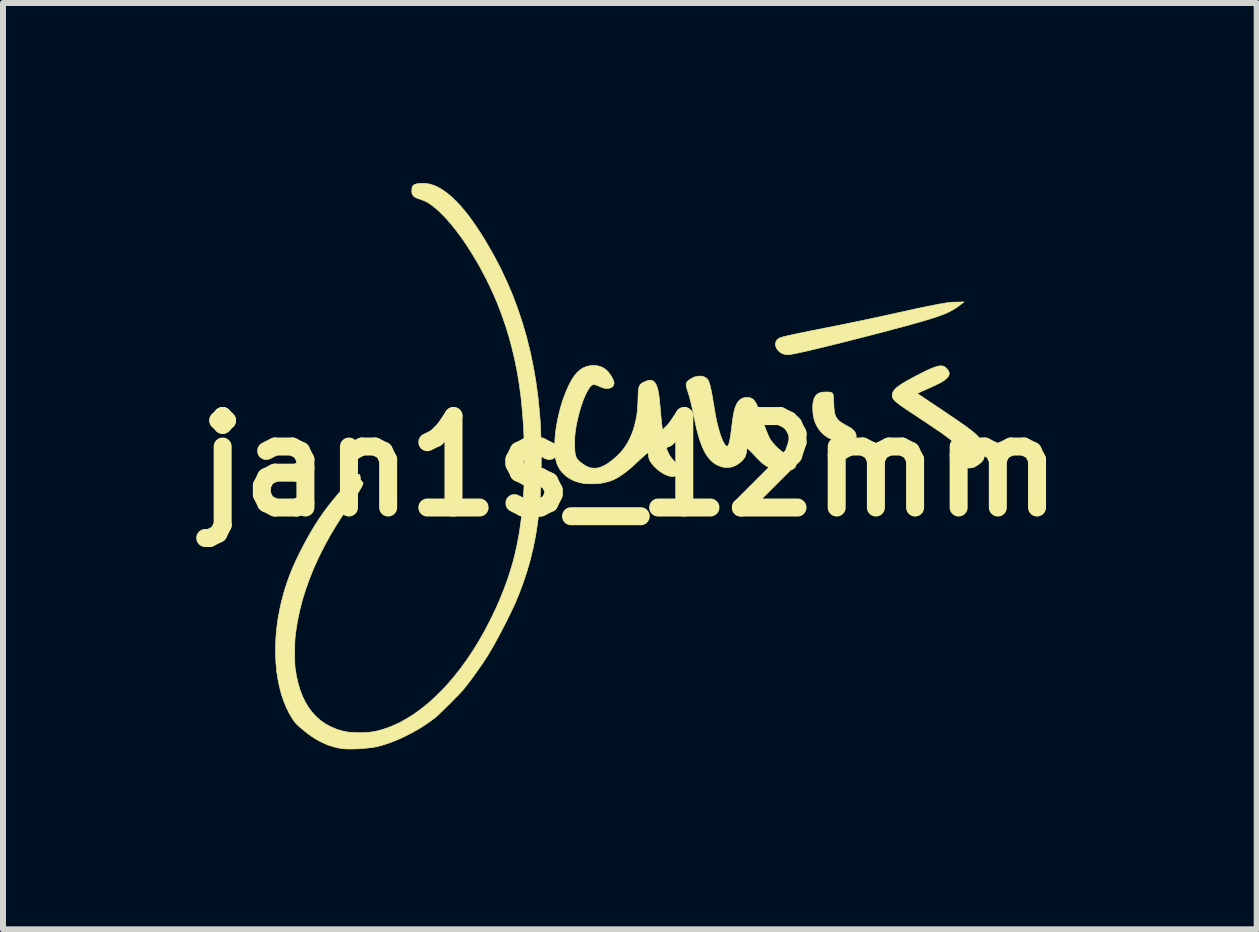
<source format=kicad_pcb>
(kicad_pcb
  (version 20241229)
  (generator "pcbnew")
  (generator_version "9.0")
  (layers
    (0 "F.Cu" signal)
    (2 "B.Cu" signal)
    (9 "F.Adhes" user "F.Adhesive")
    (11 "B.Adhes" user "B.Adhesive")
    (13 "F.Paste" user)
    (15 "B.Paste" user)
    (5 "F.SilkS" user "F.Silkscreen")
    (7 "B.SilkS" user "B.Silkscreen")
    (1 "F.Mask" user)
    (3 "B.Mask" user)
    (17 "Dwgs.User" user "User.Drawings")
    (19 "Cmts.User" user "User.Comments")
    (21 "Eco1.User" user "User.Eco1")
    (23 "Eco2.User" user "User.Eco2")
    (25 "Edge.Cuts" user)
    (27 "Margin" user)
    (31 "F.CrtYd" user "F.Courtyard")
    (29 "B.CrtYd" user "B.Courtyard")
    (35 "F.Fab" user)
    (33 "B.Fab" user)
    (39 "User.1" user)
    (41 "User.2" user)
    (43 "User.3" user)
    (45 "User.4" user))
  (footprint "jan1s_12mm"
    (layer "F.Cu")
    (at 7.446 4.718)
    (property "Reference" "jan1s_12mm" (at 0 0 0) (layer "F.SilkS") (effects (font (size 1.524 1.524) (thickness 0.3))))
    (attr through_hole)
    (fp_poly (pts (xy 3.307 -1.235) (xy 3.333 -1.234) (xy 3.352 -1.23) (xy 3.367 -1.224) (xy 3.378 -1.212) (xy 3.386 -1.196) (xy 3.391 -1.173) (xy 3.394 -1.142) (xy 3.396 -1.103) (xy 3.398 -1.06) (xy 3.4 -1.006) (xy 3.403 -0.961) (xy 3.407 -0.924) (xy 3.412 -0.893) (xy 3.418 -0.866) (xy 3.426 -0.843) (xy 3.435 -0.822) (xy 3.455 -0.789) (xy 3.484 -0.757) (xy 3.523 -0.727) (xy 3.572 -0.697) (xy 3.588 -0.688) (xy 3.628 -0.667) (xy 3.66 -0.648) (xy 3.685 -0.633) (xy 3.705 -0.618) (xy 3.722 -0.604) (xy 3.736 -0.589) (xy 3.758 -0.558) (xy 3.77 -0.526) (xy 3.772 -0.494) (xy 3.771 -0.492) (xy 3.765 -0.468) (xy 3.752 -0.449) (xy 3.731 -0.435) (xy 3.702 -0.425) (xy 3.672 -0.419) (xy 3.649 -0.416) (xy 3.621 -0.413) (xy 3.59 -0.411) (xy 3.56 -0.41) (xy 3.534 -0.41) (xy 3.513 -0.41) (xy 3.508 -0.411) (xy 3.436 -0.423) (xy 3.37 -0.443) (xy 3.31 -0.47) (xy 3.255 -0.506) (xy 3.204 -0.551) (xy 3.19 -0.565) (xy 3.147 -0.618) (xy 3.112 -0.676) (xy 3.083 -0.74) (xy 3.066 -0.798) (xy 3.058 -0.835) (xy 3.053 -0.878) (xy 3.049 -0.925) (xy 3.048 -0.973) (xy 3.049 -1.018) (xy 3.053 -1.058) (xy 3.056 -1.075) (xy 3.068 -1.12) (xy 3.086 -1.157) (xy 3.107 -1.186) (xy 3.122 -1.199) (xy 3.144 -1.213) (xy 3.167 -1.223) (xy 3.192 -1.23) (xy 3.223 -1.234) (xy 3.261 -1.236) (xy 3.276 -1.236) (xy 3.307 -1.235)) (stroke (width 0.01) (type solid)) (fill yes) (layer "F.SilkS"))
    (fp_poly (pts (xy 5.517 -2.696) (xy 5.479 -2.668) (xy 5.442 -2.642) (xy 5.406 -2.618) (xy 5.367 -2.596) (xy 5.327 -2.574) (xy 5.284 -2.554) (xy 5.237 -2.534) (xy 5.185 -2.514) (xy 5.127 -2.493) (xy 5.062 -2.472) (xy 4.99 -2.449) (xy 4.91 -2.425) (xy 4.823 -2.4) (xy 4.751 -2.379) (xy 4.672 -2.357) (xy 4.586 -2.333) (xy 4.494 -2.309) (xy 4.397 -2.283) (xy 4.296 -2.256) (xy 4.192 -2.228) (xy 4.085 -2.201) (xy 3.977 -2.173) (xy 3.868 -2.145) (xy 3.758 -2.117) (xy 3.65 -2.089) (xy 3.542 -2.062) (xy 3.438 -2.036) (xy 3.336 -2.011) (xy 3.239 -1.987) (xy 3.146 -1.965) (xy 3.059 -1.944) (xy 2.979 -1.925) (xy 2.905 -1.908) (xy 2.84 -1.894) (xy 2.784 -1.882) (xy 2.756 -1.876) (xy 2.704 -1.866) (xy 2.661 -1.86) (xy 2.626 -1.858) (xy 2.596 -1.859) (xy 2.572 -1.864) (xy 2.569 -1.865) (xy 2.525 -1.884) (xy 2.488 -1.91) (xy 2.458 -1.942) (xy 2.437 -1.981) (xy 2.431 -2) (xy 2.426 -2.034) (xy 2.431 -2.066) (xy 2.445 -2.095) (xy 2.468 -2.119) (xy 2.498 -2.137) (xy 2.512 -2.143) (xy 2.534 -2.149) (xy 2.563 -2.157) (xy 2.6 -2.166) (xy 2.644 -2.176) (xy 2.697 -2.188) (xy 2.759 -2.201) (xy 2.829 -2.216) (xy 2.909 -2.232) (xy 2.998 -2.251) (xy 3.097 -2.27) (xy 3.205 -2.292) (xy 3.283 -2.307) (xy 3.582 -2.367) (xy 3.88 -2.429) (xy 4.182 -2.493) (xy 4.49 -2.561) (xy 4.551 -2.574) (xy 4.685 -2.604) (xy 4.809 -2.631) (xy 4.924 -2.655) (xy 5.03 -2.676) (xy 5.125 -2.695) (xy 5.211 -2.71) (xy 5.223 -2.712) (xy 5.264 -2.719) (xy 5.297 -2.724) (xy 5.326 -2.728) (xy 5.355 -2.731) (xy 5.385 -2.733) (xy 5.421 -2.734) (xy 5.453 -2.734) (xy 5.569 -2.737) (xy 5.517 -2.696)) (stroke (width 0.01) (type solid)) (fill yes) (layer "F.SilkS"))
    (fp_poly (pts (xy 5.214 -1.669) (xy 5.224 -1.666) (xy 5.247 -1.655) (xy 5.269 -1.637) (xy 5.29 -1.615) (xy 5.308 -1.59) (xy 5.319 -1.566) (xy 5.323 -1.544) (xy 5.318 -1.517) (xy 5.303 -1.489) (xy 5.278 -1.461) (xy 5.244 -1.433) (xy 5.231 -1.423) (xy 5.203 -1.406) (xy 5.167 -1.386) (xy 5.123 -1.364) (xy 5.071 -1.339) (xy 5.01 -1.311) (xy 4.939 -1.279) (xy 4.923 -1.272) (xy 4.881 -1.254) (xy 4.849 -1.239) (xy 4.824 -1.228) (xy 4.808 -1.219) (xy 4.798 -1.213) (xy 4.795 -1.21) (xy 4.796 -1.209) (xy 4.801 -1.205) (xy 4.815 -1.195) (xy 4.835 -1.181) (xy 4.863 -1.163) (xy 4.896 -1.14) (xy 4.935 -1.114) (xy 4.978 -1.085) (xy 5.025 -1.054) (xy 5.075 -1.02) (xy 5.117 -0.992) (xy 5.203 -0.935) (xy 5.28 -0.883) (xy 5.349 -0.836) (xy 5.412 -0.794) (xy 5.467 -0.756) (xy 5.516 -0.722) (xy 5.56 -0.691) (xy 5.598 -0.664) (xy 5.632 -0.639) (xy 5.662 -0.617) (xy 5.688 -0.597) (xy 5.711 -0.578) (xy 5.732 -0.561) (xy 5.751 -0.545) (xy 5.768 -0.529) (xy 5.782 -0.516) (xy 5.817 -0.478) (xy 5.844 -0.442) (xy 5.865 -0.404) (xy 5.88 -0.361) (xy 5.892 -0.312) (xy 5.892 -0.312) (xy 5.897 -0.279) (xy 5.901 -0.244) (xy 5.904 -0.21) (xy 5.904 -0.178) (xy 5.904 -0.152) (xy 5.901 -0.134) (xy 5.889 -0.106) (xy 5.87 -0.078) (xy 5.841 -0.051) (xy 5.823 -0.037) (xy 5.788 -0.012) (xy 5.757 0.007) (xy 5.729 0.02) (xy 5.702 0.027) (xy 5.675 0.03) (xy 5.67 0.031) (xy 5.647 0.031) (xy 5.627 0.029) (xy 5.607 0.024) (xy 5.582 0.016) (xy 5.58 0.016) (xy 5.531 -0.003) (xy 5.491 -0.021) (xy 5.461 -0.038) (xy 5.442 -0.055) (xy 5.432 -0.071) (xy 5.432 -0.083) (xy 5.439 -0.1) (xy 5.452 -0.118) (xy 5.473 -0.137) (xy 5.494 -0.154) (xy 5.519 -0.174) (xy 5.536 -0.19) (xy 5.546 -0.203) (xy 5.55 -0.216) (xy 5.551 -0.223) (xy 5.547 -0.238) (xy 5.535 -0.258) (xy 5.516 -0.283) (xy 5.49 -0.311) (xy 5.46 -0.342) (xy 5.424 -0.375) (xy 5.385 -0.408) (xy 5.376 -0.415) (xy 5.353 -0.434) (xy 5.329 -0.453) (xy 5.305 -0.472) (xy 5.279 -0.491) (xy 5.252 -0.511) (xy 5.223 -0.532) (xy 5.191 -0.555) (xy 5.155 -0.58) (xy 5.115 -0.607) (xy 5.07 -0.638) (xy 5.021 -0.671) (xy 4.965 -0.709) (xy 4.903 -0.75) (xy 4.834 -0.796) (xy 4.757 -0.847) (xy 4.672 -0.903) (xy 4.667 -0.906) (xy 4.606 -0.947) (xy 4.554 -0.983) (xy 4.509 -1.014) (xy 4.473 -1.042) (xy 4.442 -1.066) (xy 4.419 -1.087) (xy 4.401 -1.106) (xy 4.388 -1.123) (xy 4.379 -1.139) (xy 4.378 -1.141) (xy 4.372 -1.17) (xy 4.375 -1.201) (xy 4.384 -1.233) (xy 4.397 -1.256) (xy 4.413 -1.276) (xy 4.434 -1.298) (xy 4.461 -1.321) (xy 4.495 -1.345) (xy 4.535 -1.372) (xy 4.582 -1.401) (xy 4.638 -1.433) (xy 4.701 -1.468) (xy 4.774 -1.506) (xy 4.845 -1.542) (xy 4.911 -1.576) (xy 4.969 -1.604) (xy 5.02 -1.626) (xy 5.065 -1.644) (xy 5.103 -1.657) (xy 5.136 -1.666) (xy 5.165 -1.671) (xy 5.191 -1.671) (xy 5.214 -1.669)) (stroke (width 0.01) (type solid)) (fill yes) (layer "F.SilkS"))
    (fp_poly (pts (xy 1.198 -1.499) (xy 1.236 -1.489) (xy 1.269 -1.471) (xy 1.294 -1.449) (xy 1.303 -1.436) (xy 1.312 -1.419) (xy 1.32 -1.398) (xy 1.329 -1.372) (xy 1.338 -1.34) (xy 1.347 -1.301) (xy 1.357 -1.254) (xy 1.368 -1.2) (xy 1.379 -1.137) (xy 1.391 -1.065) (xy 1.4 -1.012) (xy 1.407 -0.967) (xy 1.415 -0.922) (xy 1.422 -0.879) (xy 1.429 -0.841) (xy 1.435 -0.808) (xy 1.44 -0.783) (xy 1.442 -0.774) (xy 1.46 -0.696) (xy 1.479 -0.623) (xy 1.499 -0.555) (xy 1.52 -0.494) (xy 1.54 -0.441) (xy 1.559 -0.402) (xy 1.575 -0.373) (xy 1.588 -0.353) (xy 1.601 -0.34) (xy 1.613 -0.334) (xy 1.627 -0.333) (xy 1.628 -0.333) (xy 1.636 -0.339) (xy 1.644 -0.355) (xy 1.652 -0.381) (xy 1.661 -0.416) (xy 1.67 -0.46) (xy 1.679 -0.512) (xy 1.687 -0.573) (xy 1.696 -0.641) (xy 1.701 -0.685) (xy 1.711 -0.763) (xy 1.721 -0.831) (xy 1.732 -0.89) (xy 1.744 -0.941) (xy 1.758 -0.985) (xy 1.773 -1.022) (xy 1.79 -1.053) (xy 1.809 -1.08) (xy 1.829 -1.1) (xy 1.857 -1.122) (xy 1.887 -1.136) (xy 1.921 -1.143) (xy 1.955 -1.145) (xy 1.984 -1.143) (xy 2.009 -1.138) (xy 2.032 -1.128) (xy 2.053 -1.114) (xy 2.073 -1.094) (xy 2.092 -1.067) (xy 2.11 -1.034) (xy 2.129 -0.993) (xy 2.149 -0.943) (xy 2.17 -0.885) (xy 2.188 -0.831) (xy 2.204 -0.782) (xy 2.222 -0.732) (xy 2.24 -0.681) (xy 2.259 -0.632) (xy 2.276 -0.586) (xy 2.293 -0.545) (xy 2.308 -0.51) (xy 2.32 -0.483) (xy 2.323 -0.477) (xy 2.346 -0.437) (xy 2.378 -0.395) (xy 2.415 -0.351) (xy 2.457 -0.308) (xy 2.502 -0.268) (xy 2.521 -0.253) (xy 2.566 -0.221) (xy 2.609 -0.194) (xy 2.653 -0.172) (xy 2.681 -0.161) (xy 2.711 -0.148) (xy 2.733 -0.137) (xy 2.749 -0.125) (xy 2.759 -0.113) (xy 2.764 -0.104) (xy 2.77 -0.083) (xy 2.773 -0.057) (xy 2.771 -0.029) (xy 2.767 -0.009) (xy 2.755 0.017) (xy 2.734 0.039) (xy 2.708 0.054) (xy 2.705 0.055) (xy 2.672 0.063) (xy 2.632 0.069) (xy 2.587 0.072) (xy 2.539 0.073) (xy 2.492 0.071) (xy 2.469 0.068) (xy 2.427 0.061) (xy 2.382 0.048) (xy 2.338 0.031) (xy 2.297 0.012) (xy 2.285 0.005) (xy 2.239 -0.025) (xy 2.195 -0.06) (xy 2.151 -0.102) (xy 2.117 -0.137) (xy 2.08 -0.178) (xy 2.049 -0.211) (xy 2.023 -0.238) (xy 2.003 -0.258) (xy 1.987 -0.273) (xy 1.974 -0.283) (xy 1.965 -0.289) (xy 1.959 -0.29) (xy 1.954 -0.289) (xy 1.952 -0.287) (xy 1.949 -0.28) (xy 1.947 -0.265) (xy 1.944 -0.245) (xy 1.943 -0.237) (xy 1.937 -0.202) (xy 1.928 -0.171) (xy 1.914 -0.144) (xy 1.893 -0.116) (xy 1.866 -0.087) (xy 1.826 -0.051) (xy 1.784 -0.023) (xy 1.737 -0.000223) (xy 1.714 0.009) (xy 1.669 0.02) (xy 1.619 0.024) (xy 1.57 0.02) (xy 1.529 0.011) (xy 1.476 -0.009) (xy 1.427 -0.034) (xy 1.382 -0.066) (xy 1.34 -0.104) (xy 1.302 -0.15) (xy 1.266 -0.203) (xy 1.233 -0.264) (xy 1.202 -0.334) (xy 1.172 -0.413) (xy 1.144 -0.502) (xy 1.122 -0.583) (xy 1.116 -0.609) (xy 1.108 -0.643) (xy 1.099 -0.684) (xy 1.089 -0.728) (xy 1.079 -0.775) (xy 1.069 -0.821) (xy 1.066 -0.836) (xy 1.05 -0.913) (xy 1.036 -0.981) (xy 1.022 -1.041) (xy 1.009 -1.095) (xy 0.996 -1.144) (xy 0.983 -1.189) (xy 0.969 -1.233) (xy 0.963 -1.252) (xy 0.95 -1.293) (xy 0.941 -1.326) (xy 0.938 -1.352) (xy 0.939 -1.373) (xy 0.945 -1.392) (xy 0.956 -1.408) (xy 0.973 -1.425) (xy 0.985 -1.434) (xy 1.027 -1.462) (xy 1.07 -1.483) (xy 1.114 -1.496) (xy 1.157 -1.501) (xy 1.198 -1.499)) (stroke (width 0.01) (type solid)) (fill yes) (layer "F.SilkS"))
    (fp_poly (pts (xy -0.56 -1.676) (xy -0.507 -1.665) (xy -0.457 -1.646) (xy -0.411 -1.618) (xy -0.383 -1.594) (xy -0.355 -1.564) (xy -0.329 -1.529) (xy -0.304 -1.491) (xy -0.284 -1.452) (xy -0.269 -1.417) (xy -0.265 -1.405) (xy -0.263 -1.377) (xy -0.27 -1.35) (xy -0.285 -1.327) (xy -0.307 -1.31) (xy -0.316 -1.306) (xy -0.35 -1.296) (xy -0.386 -1.294) (xy -0.425 -1.299) (xy -0.468 -1.312) (xy -0.517 -1.333) (xy -0.518 -1.333) (xy -0.553 -1.349) (xy -0.581 -1.357) (xy -0.604 -1.36) (xy -0.623 -1.355) (xy -0.641 -1.343) (xy -0.659 -1.324) (xy -0.665 -1.317) (xy -0.694 -1.274) (xy -0.723 -1.221) (xy -0.752 -1.16) (xy -0.78 -1.091) (xy -0.806 -1.015) (xy -0.832 -0.933) (xy -0.855 -0.845) (xy -0.875 -0.762) (xy -0.891 -0.686) (xy -0.903 -0.617) (xy -0.912 -0.552) (xy -0.917 -0.489) (xy -0.92 -0.424) (xy -0.92 -0.355) (xy -0.919 -0.337) (xy -0.918 -0.286) (xy -0.915 -0.244) (xy -0.911 -0.209) (xy -0.905 -0.18) (xy -0.897 -0.156) (xy -0.886 -0.134) (xy -0.872 -0.114) (xy -0.853 -0.094) (xy -0.836 -0.077) (xy -0.79 -0.04) (xy -0.742 -0.009) (xy -0.694 0.015) (xy -0.681 0.02) (xy -0.66 0.027) (xy -0.639 0.031) (xy -0.617 0.033) (xy -0.59 0.034) (xy -0.562 0.033) (xy -0.541 0.031) (xy -0.521 0.027) (xy -0.498 0.02) (xy -0.492 0.018) (xy -0.449 0.000434) (xy -0.405 -0.022) (xy -0.36 -0.05) (xy -0.312 -0.085) (xy -0.26 -0.128) (xy -0.216 -0.166) (xy -0.151 -0.231) (xy -0.092 -0.305) (xy -0.039 -0.386) (xy 0.006 -0.475) (xy 0.046 -0.572) (xy 0.079 -0.678) (xy 0.102 -0.776) (xy 0.112 -0.827) (xy 0.12 -0.879) (xy 0.126 -0.935) (xy 0.13 -0.997) (xy 0.134 -1.065) (xy 0.135 -1.109) (xy 0.137 -1.166) (xy 0.139 -1.214) (xy 0.142 -1.253) (xy 0.146 -1.285) (xy 0.151 -1.311) (xy 0.158 -1.332) (xy 0.166 -1.349) (xy 0.176 -1.362) (xy 0.189 -1.374) (xy 0.195 -1.379) (xy 0.217 -1.392) (xy 0.245 -1.406) (xy 0.276 -1.418) (xy 0.304 -1.428) (xy 0.321 -1.431) (xy 0.353 -1.432) (xy 0.382 -1.422) (xy 0.408 -1.403) (xy 0.43 -1.374) (xy 0.439 -1.357) (xy 0.449 -1.334) (xy 0.458 -1.307) (xy 0.467 -1.275) (xy 0.474 -1.237) (xy 0.482 -1.194) (xy 0.489 -1.143) (xy 0.495 -1.084) (xy 0.502 -1.017) (xy 0.509 -0.94) (xy 0.511 -0.921) (xy 0.52 -0.813) (xy 0.53 -0.716) (xy 0.541 -0.627) (xy 0.552 -0.548) (xy 0.565 -0.476) (xy 0.578 -0.411) (xy 0.593 -0.353) (xy 0.609 -0.302) (xy 0.626 -0.255) (xy 0.645 -0.213) (xy 0.666 -0.175) (xy 0.673 -0.163) (xy 0.684 -0.149) (xy 0.7 -0.129) (xy 0.719 -0.106) (xy 0.74 -0.083) (xy 0.745 -0.077) (xy 0.779 -0.039) (xy 0.805 -0.006) (xy 0.823 0.024) (xy 0.834 0.051) (xy 0.839 0.077) (xy 0.84 0.078) (xy 0.838 0.107) (xy 0.829 0.129) (xy 0.811 0.146) (xy 0.8 0.153) (xy 0.776 0.162) (xy 0.747 0.168) (xy 0.716 0.172) (xy 0.689 0.172) (xy 0.683 0.171) (xy 0.639 0.161) (xy 0.591 0.141) (xy 0.542 0.115) (xy 0.493 0.082) (xy 0.446 0.044) (xy 0.403 0.002) (xy 0.375 -0.031) (xy 0.351 -0.062) (xy 0.335 -0.089) (xy 0.323 -0.114) (xy 0.316 -0.141) (xy 0.312 -0.168) (xy 0.309 -0.19) (xy 0.306 -0.207) (xy 0.303 -0.217) (xy 0.302 -0.219) (xy 0.299 -0.22) (xy 0.296 -0.22) (xy 0.29 -0.217) (xy 0.282 -0.212) (xy 0.271 -0.203) (xy 0.256 -0.19) (xy 0.237 -0.173) (xy 0.213 -0.151) (xy 0.183 -0.124) (xy 0.148 -0.091) (xy 0.105 -0.051) (xy 0.074 -0.022) (xy 0.004 0.04) (xy -0.065 0.096) (xy -0.132 0.145) (xy -0.191 0.184) (xy -0.236 0.208) (xy -0.278 0.229) (xy -0.322 0.246) (xy -0.369 0.26) (xy -0.422 0.273) (xy -0.474 0.284) (xy -0.504 0.288) (xy -0.541 0.291) (xy -0.584 0.293) (xy -0.628 0.294) (xy -0.673 0.294) (xy -0.713 0.293) (xy -0.749 0.291) (xy -0.769 0.288) (xy -0.852 0.271) (xy -0.927 0.245) (xy -0.995 0.212) (xy -1.057 0.171) (xy -1.106 0.127) (xy -1.144 0.086) (xy -1.175 0.042) (xy -1.201 -0.006) (xy -1.221 -0.059) (xy -1.236 -0.117) (xy -1.246 -0.181) (xy -1.252 -0.253) (xy -1.253 -0.334) (xy -1.252 -0.376) (xy -1.247 -0.47) (xy -1.238 -0.566) (xy -1.224 -0.664) (xy -1.206 -0.762) (xy -1.185 -0.859) (xy -1.161 -0.955) (xy -1.134 -1.049) (xy -1.104 -1.139) (xy -1.071 -1.224) (xy -1.037 -1.305) (xy -1.001 -1.379) (xy -0.964 -1.445) (xy -0.925 -1.504) (xy -0.886 -1.553) (xy -0.868 -1.572) (xy -0.824 -1.609) (xy -0.775 -1.639) (xy -0.723 -1.66) (xy -0.669 -1.674) (xy -0.614 -1.679) (xy -0.56 -1.676)) (stroke (width 0.01) (type solid)) (fill yes) (layer "F.SilkS"))
    (fp_poly (pts (xy -3.393 -4.71) (xy -3.349 -4.703) (xy -3.328 -4.699) (xy -3.258 -4.676) (xy -3.187 -4.643) (xy -3.114 -4.599) (xy -3.04 -4.546) (xy -2.965 -4.483) (xy -2.889 -4.409) (xy -2.811 -4.325) (xy -2.733 -4.231) (xy -2.652 -4.126) (xy -2.571 -4.011) (xy -2.488 -3.886) (xy -2.403 -3.75) (xy -2.4 -3.744) (xy -2.275 -3.528) (xy -2.16 -3.309) (xy -2.054 -3.086) (xy -1.957 -2.859) (xy -1.87 -2.628) (xy -1.791 -2.393) (xy -1.721 -2.152) (xy -1.66 -1.907) (xy -1.608 -1.656) (xy -1.564 -1.4) (xy -1.529 -1.138) (xy -1.503 -0.87) (xy -1.495 -0.767) (xy -1.488 -0.649) (xy -1.483 -0.522) (xy -1.479 -0.389) (xy -1.476 -0.251) (xy -1.476 -0.111) (xy -1.477 0.03) (xy -1.479 0.169) (xy -1.484 0.305) (xy -1.49 0.435) (xy -1.492 0.487) (xy -1.51 0.713) (xy -1.535 0.933) (xy -1.568 1.147) (xy -1.609 1.355) (xy -1.658 1.559) (xy -1.716 1.76) (xy -1.782 1.957) (xy -1.856 2.153) (xy -1.913 2.287) (xy -1.943 2.353) (xy -1.977 2.426) (xy -2.016 2.505) (xy -2.057 2.588) (xy -2.1 2.673) (xy -2.145 2.758) (xy -2.19 2.843) (xy -2.234 2.924) (xy -2.277 3.002) (xy -2.318 3.073) (xy -2.319 3.074) (xy -2.358 3.14) (xy -2.403 3.211) (xy -2.453 3.286) (xy -2.506 3.363) (xy -2.561 3.441) (xy -2.616 3.518) (xy -2.671 3.591) (xy -2.723 3.659) (xy -2.773 3.72) (xy -2.775 3.723) (xy -2.792 3.743) (xy -2.816 3.769) (xy -2.845 3.8) (xy -2.878 3.835) (xy -2.915 3.872) (xy -2.954 3.912) (xy -2.995 3.953) (xy -3.036 3.993) (xy -3.076 4.033) (xy -3.114 4.071) (xy -3.15 4.105) (xy -3.182 4.136) (xy -3.209 4.161) (xy -3.231 4.18) (xy -3.242 4.189) (xy -3.323 4.251) (xy -3.41 4.311) (xy -3.501 4.369) (xy -3.596 4.424) (xy -3.693 4.475) (xy -3.791 4.523) (xy -3.888 4.566) (xy -3.984 4.604) (xy -4.077 4.636) (xy -4.165 4.662) (xy -4.248 4.681) (xy -4.276 4.685) (xy -4.328 4.693) (xy -4.385 4.699) (xy -4.446 4.704) (xy -4.508 4.709) (xy -4.569 4.712) (xy -4.628 4.713) (xy -4.682 4.713) (xy -4.73 4.712) (xy -4.767 4.71) (xy -4.861 4.696) (xy -4.952 4.673) (xy -5.043 4.643) (xy -5.133 4.603) (xy -5.222 4.555) (xy -5.313 4.497) (xy -5.404 4.429) (xy -5.495 4.353) (xy -5.524 4.327) (xy -5.547 4.306) (xy -5.565 4.287) (xy -5.581 4.268) (xy -5.597 4.247) (xy -5.614 4.223) (xy -5.618 4.217) (xy -5.675 4.123) (xy -5.725 4.021) (xy -5.77 3.912) (xy -5.808 3.796) (xy -5.84 3.673) (xy -5.866 3.546) (xy -5.886 3.413) (xy -5.898 3.275) (xy -5.905 3.134) (xy -5.904 2.99) (xy -5.898 2.844) (xy -5.884 2.695) (xy -5.864 2.545) (xy -5.836 2.395) (xy -5.808 2.267) (xy -5.78 2.16) (xy -5.752 2.059) (xy -5.72 1.96) (xy -5.686 1.864) (xy -5.649 1.766) (xy -5.607 1.667) (xy -5.56 1.564) (xy -5.507 1.455) (xy -5.485 1.41) (xy -5.41 1.266) (xy -5.335 1.131) (xy -5.26 1.004) (xy -5.182 0.883) (xy -5.101 0.766) (xy -5.017 0.653) (xy -4.927 0.541) (xy -4.831 0.429) (xy -4.728 0.316) (xy -4.72 0.308) (xy -4.672 0.257) (xy -4.63 0.216) (xy -4.594 0.183) (xy -4.564 0.158) (xy -4.54 0.142) (xy -4.522 0.135) (xy -4.512 0.135) (xy -4.504 0.143) (xy -4.497 0.159) (xy -4.493 0.179) (xy -4.493 0.191) (xy -4.489 0.218) (xy -4.478 0.24) (xy -4.463 0.258) (xy -4.451 0.27) (xy -4.446 0.279) (xy -4.447 0.29) (xy -4.447 0.293) (xy -4.453 0.311) (xy -4.465 0.336) (xy -4.483 0.37) (xy -4.507 0.41) (xy -4.536 0.457) (xy -4.571 0.51) (xy -4.61 0.569) (xy -4.655 0.634) (xy -4.695 0.692) (xy -4.726 0.736) (xy -4.752 0.773) (xy -4.774 0.805) (xy -4.794 0.833) (xy -4.812 0.86) (xy -4.829 0.886) (xy -4.847 0.915) (xy -4.867 0.946) (xy -4.89 0.982) (xy -4.996 1.159) (xy -5.094 1.337) (xy -5.184 1.518) (xy -5.266 1.698) (xy -5.339 1.879) (xy -5.404 2.06) (xy -5.459 2.239) (xy -5.504 2.416) (xy -5.54 2.591) (xy -5.561 2.72) (xy -5.567 2.767) (xy -5.573 2.809) (xy -5.577 2.847) (xy -5.58 2.883) (xy -5.582 2.92) (xy -5.584 2.959) (xy -5.585 3.003) (xy -5.585 3.053) (xy -5.585 3.111) (xy -5.585 3.111) (xy -5.585 3.167) (xy -5.585 3.213) (xy -5.584 3.252) (xy -5.583 3.285) (xy -5.581 3.314) (xy -5.58 3.339) (xy -5.577 3.363) (xy -5.576 3.373) (xy -5.555 3.501) (xy -5.528 3.621) (xy -5.494 3.734) (xy -5.453 3.838) (xy -5.406 3.935) (xy -5.352 4.023) (xy -5.292 4.103) (xy -5.225 4.176) (xy -5.151 4.24) (xy -5.071 4.295) (xy -4.985 4.342) (xy -4.893 4.381) (xy -4.855 4.394) (xy -4.798 4.411) (xy -4.742 4.423) (xy -4.685 4.433) (xy -4.625 4.438) (xy -4.559 4.441) (xy -4.508 4.442) (xy -4.43 4.441) (xy -4.359 4.436) (xy -4.292 4.428) (xy -4.227 4.416) (xy -4.16 4.399) (xy -4.089 4.378) (xy -4.077 4.374) (xy -3.957 4.329) (xy -3.837 4.274) (xy -3.718 4.208) (xy -3.599 4.133) (xy -3.482 4.049) (xy -3.365 3.955) (xy -3.251 3.853) (xy -3.138 3.742) (xy -3.027 3.622) (xy -2.919 3.495) (xy -2.813 3.36) (xy -2.71 3.217) (xy -2.61 3.067) (xy -2.514 2.911) (xy -2.421 2.747) (xy -2.332 2.578) (xy -2.247 2.402) (xy -2.228 2.361) (xy -2.16 2.205) (xy -2.098 2.051) (xy -2.042 1.899) (xy -1.992 1.747) (xy -1.947 1.594) (xy -1.908 1.44) (xy -1.874 1.282) (xy -1.844 1.12) (xy -1.819 0.953) (xy -1.798 0.779) (xy -1.781 0.597) (xy -1.767 0.407) (xy -1.765 0.371) (xy -1.764 0.325) (xy -1.762 0.271) (xy -1.761 0.211) (xy -1.76 0.146) (xy -1.759 0.078) (xy -1.758 0.007) (xy -1.758 -0.065) (xy -1.758 -0.136) (xy -1.758 -0.204) (xy -1.758 -0.27) (xy -1.759 -0.331) (xy -1.76 -0.385) (xy -1.761 -0.432) (xy -1.762 -0.452) (xy -1.774 -0.689) (xy -1.791 -0.917) (xy -1.813 -1.138) (xy -1.841 -1.351) (xy -1.875 -1.559) (xy -1.915 -1.76) (xy -1.961 -1.957) (xy -2.013 -2.15) (xy -2.071 -2.339) (xy -2.136 -2.526) (xy -2.161 -2.593) (xy -2.213 -2.726) (xy -2.27 -2.859) (xy -2.331 -2.99) (xy -2.394 -3.121) (xy -2.461 -3.249) (xy -2.53 -3.374) (xy -2.602 -3.495) (xy -2.675 -3.612) (xy -2.749 -3.725) (xy -2.824 -3.832) (xy -2.899 -3.933) (xy -2.974 -4.027) (xy -3.049 -4.113) (xy -3.123 -4.191) (xy -3.195 -4.261) (xy -3.266 -4.321) (xy -3.289 -4.339) (xy -3.338 -4.374) (xy -3.383 -4.401) (xy -3.429 -4.423) (xy -3.478 -4.442) (xy -3.486 -4.445) (xy -3.526 -4.458) (xy -3.557 -4.47) (xy -3.58 -4.482) (xy -3.597 -4.494) (xy -3.61 -4.507) (xy -3.619 -4.519) (xy -3.625 -4.531) (xy -3.63 -4.543) (xy -3.632 -4.558) (xy -3.633 -4.578) (xy -3.633 -4.593) (xy -3.631 -4.626) (xy -3.627 -4.651) (xy -3.618 -4.669) (xy -3.604 -4.683) (xy -3.589 -4.692) (xy -3.561 -4.702) (xy -3.525 -4.709) (xy -3.483 -4.713) (xy -3.438 -4.713) (xy -3.393 -4.71)) (stroke (width 0.01) (type solid)) (fill yes) (layer "F.SilkS")))
  (gr_rect
    (start -3 -3)
    (end 17.892 12.437)
    (stroke (width 0.1) (type default))
    (fill no)
    (layer "Edge.Cuts")))
</source>
